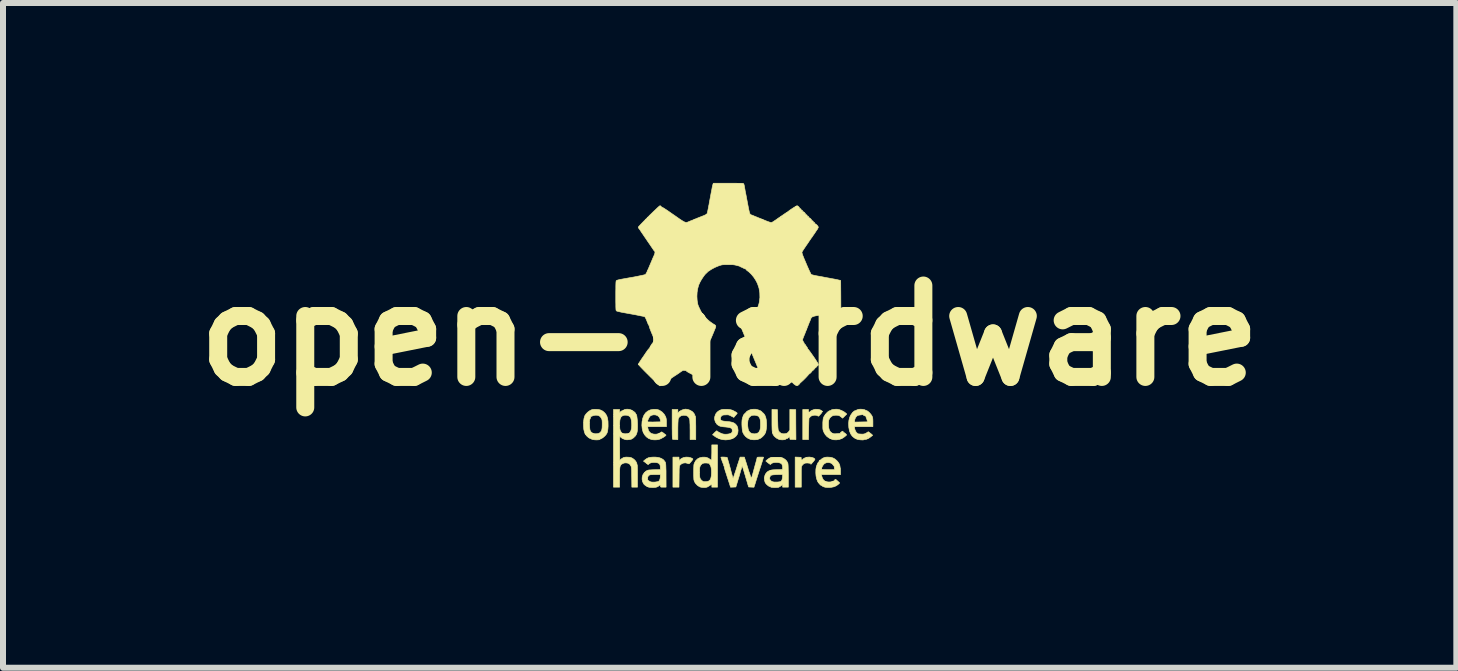
<source format=kicad_pcb>
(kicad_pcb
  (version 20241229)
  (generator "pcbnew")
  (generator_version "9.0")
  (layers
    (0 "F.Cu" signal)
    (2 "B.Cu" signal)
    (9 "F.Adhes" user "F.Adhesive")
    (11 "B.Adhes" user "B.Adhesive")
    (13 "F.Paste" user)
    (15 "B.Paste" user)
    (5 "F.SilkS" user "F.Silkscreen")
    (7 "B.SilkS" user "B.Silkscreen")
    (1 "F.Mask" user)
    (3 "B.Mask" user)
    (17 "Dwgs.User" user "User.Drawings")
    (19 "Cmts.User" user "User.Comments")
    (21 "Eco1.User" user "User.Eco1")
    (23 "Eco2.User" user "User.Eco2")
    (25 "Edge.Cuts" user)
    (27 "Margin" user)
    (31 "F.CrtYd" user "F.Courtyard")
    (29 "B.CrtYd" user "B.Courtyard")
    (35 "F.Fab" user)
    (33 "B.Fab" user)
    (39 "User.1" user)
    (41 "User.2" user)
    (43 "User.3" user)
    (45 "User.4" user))
  (footprint "open-hardware"
    (layer "F.Cu")
    (at 9.115 2.545)
    (property "Reference" "open-hardware" (at 0 0 0) (layer "F.SilkS") (effects (font (size 1.524 1.524) (thickness 0.3))))
    (attr through_hole)
    (fp_poly (pts (xy -0.844 2.056) (xy -0.844 2.086) (xy -0.83 2.07) (xy -0.803 2.048) (xy -0.768 2.033) (xy -0.729 2.026) (xy -0.689 2.027) (xy -0.651 2.036) (xy -0.646 2.038) (xy -0.628 2.046) (xy -0.616 2.054) (xy -0.613 2.057) (xy -0.615 2.065) (xy -0.626 2.081) (xy -0.646 2.105) (xy -0.673 2.135) (xy -0.674 2.136) (xy -0.682 2.137) (xy -0.698 2.133) (xy -0.702 2.131) (xy -0.733 2.122) (xy -0.766 2.124) (xy -0.797 2.135) (xy -0.823 2.154) (xy -0.828 2.161) (xy -0.832 2.167) (xy -0.835 2.174) (xy -0.838 2.183) (xy -0.839 2.197) (xy -0.841 2.216) (xy -0.842 2.242) (xy -0.842 2.277) (xy -0.843 2.323) (xy -0.843 2.353) (xy -0.845 2.527) (xy -0.946 2.527) (xy -0.946 2.026) (xy -0.845 2.026) (xy -0.844 2.056)) (stroke (width 0.01) (type solid)) (fill yes) (layer "F.SilkS"))
    (fp_poly (pts (xy 1.141 2.027) (xy 1.191 2.029) (xy 1.193 2.052) (xy 1.195 2.068) (xy 1.201 2.074) (xy 1.206 2.075) (xy 1.215 2.072) (xy 1.216 2.07) (xy 1.218 2.063) (xy 1.224 2.056) (xy 1.253 2.039) (xy 1.266 2.035) (xy 1.283 2.035) (xy 1.286 2.038) (xy 1.289 2.035) (xy 1.286 2.032) (xy 1.283 2.035) (xy 1.266 2.035) (xy 1.289 2.028) (xy 1.328 2.025) (xy 1.366 2.03) (xy 1.395 2.039) (xy 1.411 2.049) (xy 1.421 2.058) (xy 1.422 2.061) (xy 1.418 2.07) (xy 1.408 2.085) (xy 1.394 2.103) (xy 1.393 2.103) (xy 1.374 2.125) (xy 1.361 2.139) (xy 1.355 2.145) (xy 1.353 2.145) (xy 1.354 2.14) (xy 1.354 2.14) (xy 1.352 2.132) (xy 1.344 2.129) (xy 1.33 2.128) (xy 1.309 2.125) (xy 1.299 2.124) (xy 1.264 2.125) (xy 1.234 2.138) (xy 1.21 2.162) (xy 1.208 2.165) (xy 1.204 2.172) (xy 1.201 2.179) (xy 1.198 2.188) (xy 1.196 2.2) (xy 1.195 2.218) (xy 1.194 2.242) (xy 1.194 2.275) (xy 1.194 2.317) (xy 1.194 2.357) (xy 1.194 2.527) (xy 1.092 2.527) (xy 1.092 2.025) (xy 1.141 2.027)) (stroke (width 0.01) (type solid)) (fill yes) (layer "F.SilkS"))
    (fp_poly (pts (xy 0.751 1.233) (xy 0.797 1.235) (xy 0.8 1.4) (xy 0.802 1.452) (xy 0.803 1.497) (xy 0.805 1.533) (xy 0.808 1.561) (xy 0.81 1.577) (xy 0.811 1.581) (xy 0.83 1.609) (xy 0.857 1.628) (xy 0.889 1.637) (xy 0.927 1.636) (xy 0.957 1.627) (xy 0.98 1.607) (xy 0.986 1.598) (xy 1.003 1.572) (xy 1.003 1.231) (xy 1.053 1.233) (xy 1.102 1.235) (xy 1.103 1.485) (xy 1.105 1.734) (xy 1.056 1.732) (xy 1.006 1.73) (xy 1.003 1.707) (xy 1 1.683) (xy 0.979 1.702) (xy 0.964 1.714) (xy 0.953 1.72) (xy 0.944 1.72) (xy 0.942 1.72) (xy 0.936 1.724) (xy 0.933 1.727) (xy 0.924 1.733) (xy 0.906 1.736) (xy 0.883 1.738) (xy 0.858 1.737) (xy 0.836 1.735) (xy 0.825 1.732) (xy 0.783 1.711) (xy 0.751 1.685) (xy 0.74 1.673) (xy 0.731 1.66) (xy 0.723 1.647) (xy 0.717 1.633) (xy 0.712 1.616) (xy 0.806 1.616) (xy 0.81 1.619) (xy 0.813 1.616) (xy 0.81 1.613) (xy 0.806 1.616) (xy 0.712 1.616) (xy 0.712 1.616) (xy 0.709 1.594) (xy 0.707 1.567) (xy 0.706 1.532) (xy 0.705 1.488) (xy 0.705 1.433) (xy 0.705 1.415) (xy 0.705 1.231) (xy 0.751 1.233)) (stroke (width 0.01) (type solid)) (fill yes) (layer "F.SilkS"))
    (fp_poly (pts (xy 1.474 1.229) (xy 1.513 1.24) (xy 1.537 1.255) (xy 1.548 1.264) (xy 1.55 1.268) (xy 1.547 1.268) (xy 1.54 1.267) (xy 1.54 1.27) (xy 1.54 1.276) (xy 1.535 1.285) (xy 1.524 1.3) (xy 1.504 1.322) (xy 1.501 1.326) (xy 1.488 1.339) (xy 1.48 1.344) (xy 1.472 1.341) (xy 1.466 1.337) (xy 1.446 1.329) (xy 1.42 1.327) (xy 1.393 1.33) (xy 1.367 1.338) (xy 1.347 1.349) (xy 1.337 1.363) (xy 1.332 1.37) (xy 1.329 1.369) (xy 1.326 1.369) (xy 1.325 1.371) (xy 1.323 1.378) (xy 1.322 1.39) (xy 1.321 1.409) (xy 1.32 1.435) (xy 1.319 1.471) (xy 1.318 1.517) (xy 1.317 1.564) (xy 1.314 1.734) (xy 1.219 1.734) (xy 1.219 1.286) (xy 1.333 1.286) (xy 1.337 1.289) (xy 1.34 1.286) (xy 1.337 1.283) (xy 1.333 1.286) (xy 1.219 1.286) (xy 1.219 1.232) (xy 1.314 1.232) (xy 1.314 1.254) (xy 1.317 1.272) (xy 1.323 1.28) (xy 1.332 1.275) (xy 1.334 1.273) (xy 1.348 1.26) (xy 1.365 1.26) (xy 1.368 1.264) (xy 1.372 1.26) (xy 1.368 1.257) (xy 1.365 1.26) (xy 1.348 1.26) (xy 1.353 1.257) (xy 1.379 1.243) (xy 1.409 1.232) (xy 1.429 1.228) (xy 1.474 1.229)) (stroke (width 0.01) (type solid)) (fill yes) (layer "F.SilkS"))
    (fp_poly (pts (xy -0.698 1.231) (xy -0.661 1.244) (xy -0.628 1.264) (xy -0.623 1.267) (xy -0.603 1.287) (xy -0.589 1.307) (xy -0.581 1.324) (xy -0.582 1.335) (xy -0.582 1.339) (xy -0.58 1.338) (xy -0.576 1.337) (xy -0.573 1.34) (xy -0.57 1.349) (xy -0.568 1.364) (xy -0.567 1.387) (xy -0.566 1.418) (xy -0.566 1.459) (xy -0.565 1.511) (xy -0.565 1.548) (xy -0.565 1.734) (xy -0.66 1.734) (xy -0.66 1.576) (xy -0.661 1.531) (xy -0.661 1.49) (xy -0.663 1.453) (xy -0.664 1.424) (xy -0.666 1.404) (xy -0.667 1.397) (xy -0.681 1.365) (xy -0.702 1.343) (xy -0.731 1.331) (xy -0.767 1.328) (xy -0.774 1.329) (xy -0.809 1.337) (xy -0.836 1.354) (xy -0.853 1.379) (xy -0.857 1.39) (xy -0.859 1.403) (xy -0.86 1.426) (xy -0.862 1.458) (xy -0.863 1.496) (xy -0.864 1.539) (xy -0.864 1.573) (xy -0.864 1.734) (xy -0.904 1.733) (xy -0.926 1.732) (xy -0.943 1.731) (xy -0.951 1.729) (xy -0.953 1.726) (xy -0.955 1.716) (xy -0.956 1.7) (xy -0.957 1.675) (xy -0.958 1.642) (xy -0.958 1.599) (xy -0.959 1.545) (xy -0.959 1.479) (xy -0.959 1.232) (xy -0.864 1.232) (xy -0.864 1.291) (xy -0.846 1.273) (xy -0.635 1.273) (xy -0.632 1.276) (xy -0.629 1.273) (xy -0.632 1.27) (xy -0.635 1.273) (xy -0.846 1.273) (xy -0.844 1.271) (xy -0.822 1.255) (xy -0.793 1.24) (xy -0.762 1.23) (xy -0.735 1.226) (xy -0.734 1.226) (xy -0.698 1.231)) (stroke (width 0.01) (type solid)) (fill yes) (layer "F.SilkS"))
    (fp_poly (pts (xy -0.203 2.527) (xy -0.298 2.527) (xy -0.297 2.508) (xy -0.298 2.492) (xy -0.303 2.485) (xy -0.314 2.488) (xy -0.332 2.5) (xy -0.351 2.512) (xy -0.37 2.523) (xy -0.377 2.526) (xy -0.4 2.532) (xy -0.43 2.533) (xy -0.462 2.531) (xy -0.49 2.525) (xy -0.499 2.522) (xy -0.538 2.497) (xy -0.569 2.464) (xy -0.579 2.448) (xy -0.438 2.448) (xy -0.435 2.451) (xy -0.432 2.448) (xy -0.435 2.445) (xy -0.438 2.448) (xy -0.579 2.448) (xy -0.585 2.437) (xy -0.59 2.425) (xy -0.594 2.413) (xy -0.597 2.4) (xy -0.598 2.383) (xy -0.599 2.36) (xy -0.6 2.33) (xy -0.6 2.289) (xy -0.6 2.278) (xy -0.502 2.278) (xy -0.501 2.315) (xy -0.5 2.341) (xy -0.498 2.36) (xy -0.495 2.374) (xy -0.49 2.386) (xy -0.489 2.387) (xy -0.469 2.414) (xy -0.442 2.432) (xy -0.435 2.434) (xy -0.415 2.436) (xy -0.39 2.435) (xy -0.365 2.43) (xy -0.346 2.423) (xy -0.345 2.422) (xy -0.326 2.404) (xy -0.314 2.377) (xy -0.306 2.339) (xy -0.303 2.29) (xy -0.303 2.286) (xy -0.304 2.239) (xy -0.309 2.202) (xy -0.317 2.174) (xy -0.329 2.152) (xy -0.33 2.151) (xy -0.338 2.14) (xy -0.34 2.133) (xy -0.34 2.133) (xy -0.343 2.13) (xy -0.348 2.129) (xy -0.36 2.128) (xy -0.38 2.125) (xy -0.394 2.124) (xy -0.429 2.125) (xy -0.458 2.136) (xy -0.48 2.157) (xy -0.487 2.169) (xy -0.493 2.18) (xy -0.497 2.192) (xy -0.5 2.208) (xy -0.501 2.229) (xy -0.501 2.259) (xy -0.502 2.278) (xy -0.6 2.278) (xy -0.6 2.276) (xy -0.6 2.233) (xy -0.599 2.199) (xy -0.598 2.175) (xy -0.597 2.156) (xy -0.594 2.143) (xy -0.591 2.132) (xy -0.586 2.121) (xy -0.586 2.121) (xy -0.573 2.099) (xy -0.546 2.099) (xy -0.543 2.102) (xy -0.54 2.099) (xy -0.543 2.095) (xy -0.546 2.099) (xy -0.573 2.099) (xy -0.563 2.082) (xy -0.533 2.054) (xy -0.521 2.048) (xy -0.368 2.048) (xy -0.365 2.051) (xy -0.362 2.048) (xy -0.365 2.045) (xy -0.368 2.048) (xy -0.521 2.048) (xy -0.497 2.036) (xy -0.453 2.027) (xy -0.446 2.027) (xy -0.411 2.027) (xy -0.383 2.032) (xy -0.357 2.043) (xy -0.334 2.058) (xy -0.318 2.069) (xy -0.307 2.075) (xy -0.304 2.076) (xy -0.302 2.07) (xy -0.301 2.054) (xy -0.3 2.028) (xy -0.299 1.995) (xy -0.298 1.957) (xy -0.298 1.949) (xy -0.298 1.822) (xy -0.203 1.822) (xy -0.203 2.527)) (stroke (width 0.01) (type solid)) (fill yes) (layer "F.SilkS"))
    (fp_poly (pts (xy 0.427 1.228) (xy 0.434 1.228) (xy 0.461 1.234) (xy 0.487 1.242) (xy 0.511 1.252) (xy 0.53 1.264) (xy 0.541 1.275) (xy 0.542 1.284) (xy 0.542 1.285) (xy 0.542 1.288) (xy 0.545 1.286) (xy 0.555 1.288) (xy 0.567 1.299) (xy 0.582 1.319) (xy 0.59 1.334) (xy 0.602 1.366) (xy 0.611 1.407) (xy 0.615 1.453) (xy 0.616 1.502) (xy 0.612 1.549) (xy 0.605 1.592) (xy 0.593 1.626) (xy 0.59 1.632) (xy 0.575 1.656) (xy 0.554 1.679) (xy 0.531 1.7) (xy 0.509 1.715) (xy 0.492 1.722) (xy 0.48 1.726) (xy 0.476 1.729) (xy 0.467 1.733) (xy 0.448 1.735) (xy 0.424 1.737) (xy 0.398 1.737) (xy 0.373 1.735) (xy 0.352 1.732) (xy 0.347 1.731) (xy 0.302 1.711) (xy 0.264 1.682) (xy 0.234 1.643) (xy 0.22 1.615) (xy 0.214 1.592) (xy 0.209 1.561) (xy 0.206 1.523) (xy 0.204 1.484) (xy 0.204 1.457) (xy 0.3 1.457) (xy 0.301 1.506) (xy 0.302 1.514) (xy 0.308 1.557) (xy 0.319 1.588) (xy 0.335 1.611) (xy 0.354 1.625) (xy 0.383 1.635) (xy 0.416 1.638) (xy 0.447 1.634) (xy 0.467 1.625) (xy 0.486 1.61) (xy 0.488 1.607) (xy 0.584 1.607) (xy 0.587 1.612) (xy 0.588 1.611) (xy 0.589 1.603) (xy 0.588 1.602) (xy 0.585 1.603) (xy 0.584 1.607) (xy 0.488 1.607) (xy 0.499 1.59) (xy 0.508 1.564) (xy 0.513 1.529) (xy 0.514 1.485) (xy 0.513 1.439) (xy 0.51 1.404) (xy 0.503 1.38) (xy 0.494 1.364) (xy 0.491 1.361) (xy 0.485 1.351) (xy 0.486 1.346) (xy 0.487 1.341) (xy 0.484 1.342) (xy 0.474 1.342) (xy 0.46 1.337) (xy 0.459 1.337) (xy 0.438 1.33) (xy 0.411 1.327) (xy 0.383 1.329) (xy 0.366 1.333) (xy 0.352 1.341) (xy 0.335 1.355) (xy 0.331 1.358) (xy 0.316 1.381) (xy 0.305 1.415) (xy 0.3 1.457) (xy 0.204 1.457) (xy 0.204 1.446) (xy 0.206 1.412) (xy 0.209 1.392) (xy 0.216 1.365) (xy 0.226 1.339) (xy 0.23 1.33) (xy 0.241 1.33) (xy 0.244 1.333) (xy 0.248 1.33) (xy 0.244 1.327) (xy 0.241 1.33) (xy 0.23 1.33) (xy 0.236 1.318) (xy 0.246 1.305) (xy 0.252 1.302) (xy 0.258 1.299) (xy 0.257 1.296) (xy 0.26 1.29) (xy 0.267 1.286) (xy 0.276 1.281) (xy 0.277 1.277) (xy 0.279 1.27) (xy 0.291 1.261) (xy 0.309 1.251) (xy 0.33 1.241) (xy 0.351 1.234) (xy 0.361 1.231) (xy 0.393 1.228) (xy 0.427 1.228)) (stroke (width 0.01) (type solid)) (fill yes) (layer "F.SilkS"))
    (fp_poly (pts (xy -1.222 1.23) (xy -1.199 1.234) (xy -1.177 1.242) (xy -1.167 1.247) (xy -1.125 1.275) (xy -1.091 1.312) (xy -1.069 1.35) (xy -1.062 1.369) (xy -1.058 1.387) (xy -1.055 1.408) (xy -1.054 1.437) (xy -1.054 1.451) (xy -1.054 1.518) (xy -1.367 1.518) (xy -1.363 1.547) (xy -1.353 1.584) (xy -1.333 1.612) (xy -1.305 1.632) (xy -1.268 1.642) (xy -1.255 1.643) (xy -1.225 1.644) (xy -1.209 1.64) (xy -1.109 1.64) (xy -1.108 1.644) (xy -1.105 1.645) (xy -1.1 1.642) (xy -1.101 1.64) (xy -1.108 1.64) (xy -1.109 1.64) (xy -1.209 1.64) (xy -1.2 1.639) (xy -1.191 1.635) (xy -1.124 1.635) (xy -1.121 1.638) (xy -1.118 1.635) (xy -1.121 1.632) (xy -1.124 1.635) (xy -1.191 1.635) (xy -1.182 1.632) (xy -1.163 1.623) (xy -1.148 1.614) (xy -1.143 1.609) (xy -1.137 1.606) (xy -1.128 1.608) (xy -1.114 1.617) (xy -1.098 1.63) (xy -1.06 1.659) (xy -1.074 1.674) (xy -1.086 1.683) (xy -1.105 1.696) (xy -1.129 1.709) (xy -1.134 1.712) (xy -1.161 1.725) (xy -1.183 1.732) (xy -1.206 1.736) (xy -1.23 1.738) (xy -1.258 1.738) (xy -1.284 1.736) (xy -1.303 1.734) (xy -1.303 1.733) (xy -1.35 1.716) (xy -1.389 1.688) (xy -1.421 1.651) (xy -1.429 1.635) (xy -1.327 1.635) (xy -1.324 1.638) (xy -1.321 1.635) (xy -1.324 1.632) (xy -1.327 1.635) (xy -1.429 1.635) (xy -1.442 1.61) (xy -1.353 1.61) (xy -1.349 1.613) (xy -1.346 1.61) (xy -1.349 1.607) (xy -1.353 1.61) (xy -1.442 1.61) (xy -1.444 1.607) (xy -1.458 1.555) (xy -1.46 1.534) (xy -1.397 1.534) (xy -1.394 1.537) (xy -1.391 1.534) (xy -1.394 1.53) (xy -1.397 1.534) (xy -1.46 1.534) (xy -1.464 1.496) (xy -1.461 1.438) (xy -1.46 1.433) (xy -1.368 1.433) (xy -1.367 1.437) (xy -1.36 1.439) (xy -1.343 1.44) (xy -1.317 1.44) (xy -1.284 1.441) (xy -1.258 1.44) (xy -1.153 1.438) (xy -1.154 1.415) (xy -1.161 1.386) (xy -1.177 1.358) (xy -1.199 1.337) (xy -1.21 1.331) (xy -1.239 1.322) (xy -1.271 1.321) (xy -1.301 1.328) (xy -1.324 1.341) (xy -1.327 1.344) (xy -1.338 1.358) (xy -1.349 1.377) (xy -1.359 1.399) (xy -1.366 1.418) (xy -1.368 1.433) (xy -1.46 1.433) (xy -1.449 1.378) (xy -1.445 1.368) (xy -1.441 1.368) (xy -1.438 1.372) (xy -1.435 1.368) (xy -1.438 1.365) (xy -1.441 1.368) (xy -1.445 1.368) (xy -1.429 1.328) (xy -1.402 1.289) (xy -1.366 1.259) (xy -1.324 1.239) (xy -1.274 1.23) (xy -1.251 1.229) (xy -1.222 1.23)) (stroke (width 0.01) (type solid)) (fill yes) (layer "F.SilkS"))
    (fp_poly (pts (xy 2.207 1.228) (xy 2.23 1.232) (xy 2.249 1.236) (xy 2.261 1.241) (xy 2.263 1.246) (xy 2.263 1.25) (xy 2.266 1.248) (xy 2.278 1.248) (xy 2.295 1.256) (xy 2.315 1.271) (xy 2.335 1.29) (xy 2.354 1.312) (xy 2.37 1.335) (xy 2.375 1.345) (xy 2.381 1.359) (xy 2.385 1.376) (xy 2.387 1.398) (xy 2.388 1.428) (xy 2.388 1.445) (xy 2.388 1.518) (xy 2.083 1.518) (xy 2.083 1.542) (xy 2.086 1.559) (xy 2.093 1.579) (xy 2.103 1.599) (xy 2.114 1.616) (xy 2.124 1.625) (xy 2.127 1.626) (xy 2.132 1.629) (xy 2.131 1.631) (xy 2.131 1.633) (xy 2.134 1.636) (xy 2.144 1.638) (xy 2.162 1.64) (xy 2.19 1.642) (xy 2.222 1.643) (xy 2.249 1.638) (xy 2.277 1.625) (xy 2.292 1.615) (xy 2.306 1.606) (xy 2.315 1.604) (xy 2.322 1.609) (xy 2.325 1.611) (xy 2.337 1.622) (xy 2.354 1.635) (xy 2.358 1.638) (xy 2.373 1.65) (xy 2.381 1.661) (xy 2.381 1.669) (xy 2.376 1.67) (xy 2.369 1.674) (xy 2.357 1.684) (xy 2.354 1.686) (xy 2.336 1.7) (xy 2.314 1.714) (xy 2.291 1.724) (xy 2.272 1.731) (xy 2.26 1.732) (xy 2.248 1.731) (xy 2.244 1.734) (xy 2.236 1.738) (xy 2.218 1.74) (xy 2.194 1.739) (xy 2.168 1.737) (xy 2.143 1.733) (xy 2.123 1.728) (xy 2.078 1.706) (xy 2.076 1.704) (xy 2.294 1.704) (xy 2.295 1.708) (xy 2.299 1.708) (xy 2.304 1.706) (xy 2.303 1.704) (xy 2.295 1.703) (xy 2.294 1.704) (xy 2.076 1.704) (xy 2.043 1.676) (xy 2.016 1.637) (xy 1.997 1.588) (xy 1.986 1.53) (xy 1.986 1.528) (xy 1.983 1.467) (xy 1.985 1.442) (xy 2.082 1.442) (xy 2.189 1.44) (xy 2.296 1.438) (xy 2.294 1.419) (xy 2.289 1.401) (xy 2.282 1.38) (xy 2.28 1.375) (xy 2.273 1.359) (xy 2.271 1.347) (xy 2.271 1.344) (xy 2.272 1.34) (xy 2.27 1.341) (xy 2.262 1.341) (xy 2.249 1.336) (xy 2.236 1.33) (xy 2.227 1.324) (xy 2.225 1.32) (xy 2.223 1.318) (xy 2.211 1.319) (xy 2.193 1.321) (xy 2.173 1.324) (xy 2.153 1.327) (xy 2.138 1.331) (xy 2.132 1.333) (xy 2.112 1.349) (xy 2.096 1.373) (xy 2.086 1.401) (xy 2.084 1.415) (xy 2.082 1.442) (xy 1.985 1.442) (xy 1.988 1.412) (xy 2.002 1.361) (xy 2.013 1.336) (xy 2.027 1.312) (xy 2.045 1.289) (xy 2.047 1.286) (xy 2.064 1.286) (xy 2.067 1.289) (xy 2.07 1.286) (xy 2.067 1.283) (xy 2.064 1.286) (xy 2.047 1.286) (xy 2.063 1.269) (xy 2.08 1.256) (xy 2.094 1.251) (xy 2.105 1.248) (xy 2.117 1.241) (xy 2.132 1.235) (xy 2.154 1.229) (xy 2.163 1.228) (xy 2.184 1.227) (xy 2.207 1.228)) (stroke (width 0.01) (type solid)) (fill yes) (layer "F.SilkS"))
    (fp_poly (pts (xy 1.794 1.228) (xy 1.797 1.228) (xy 1.832 1.236) (xy 1.87 1.251) (xy 1.907 1.271) (xy 1.93 1.288) (xy 1.953 1.308) (xy 1.918 1.342) (xy 1.883 1.377) (xy 1.855 1.354) (xy 1.849 1.349) (xy 1.867 1.349) (xy 1.87 1.353) (xy 1.873 1.349) (xy 1.87 1.346) (xy 1.867 1.349) (xy 1.849 1.349) (xy 1.836 1.34) (xy 1.819 1.333) (xy 1.799 1.329) (xy 1.787 1.328) (xy 1.761 1.328) (xy 1.736 1.331) (xy 1.723 1.334) (xy 1.705 1.343) (xy 1.687 1.357) (xy 1.672 1.372) (xy 1.664 1.386) (xy 1.664 1.389) (xy 1.661 1.395) (xy 1.659 1.395) (xy 1.655 1.398) (xy 1.652 1.413) (xy 1.649 1.438) (xy 1.648 1.472) (xy 1.648 1.492) (xy 1.652 1.54) (xy 1.663 1.577) (xy 1.681 1.605) (xy 1.705 1.624) (xy 1.72 1.632) (xy 1.735 1.636) (xy 1.754 1.637) (xy 1.778 1.636) (xy 1.809 1.633) (xy 1.829 1.632) (xy 1.84 1.63) (xy 1.845 1.628) (xy 1.844 1.625) (xy 1.847 1.619) (xy 1.857 1.61) (xy 1.87 1.601) (xy 1.881 1.595) (xy 1.886 1.594) (xy 1.892 1.599) (xy 1.893 1.613) (xy 1.893 1.614) (xy 1.897 1.617) (xy 1.9 1.616) (xy 1.909 1.618) (xy 1.922 1.627) (xy 1.936 1.638) (xy 1.946 1.649) (xy 1.949 1.656) (xy 1.945 1.662) (xy 1.932 1.673) (xy 1.916 1.687) (xy 1.897 1.7) (xy 1.881 1.711) (xy 1.874 1.714) (xy 1.831 1.731) (xy 1.783 1.738) (xy 1.737 1.737) (xy 1.709 1.731) (xy 1.663 1.711) (xy 1.854 1.711) (xy 1.857 1.714) (xy 1.861 1.711) (xy 1.857 1.708) (xy 1.854 1.711) (xy 1.663 1.711) (xy 1.661 1.71) (xy 1.621 1.682) (xy 1.589 1.644) (xy 1.588 1.641) (xy 1.714 1.641) (xy 1.718 1.645) (xy 1.721 1.641) (xy 1.718 1.638) (xy 1.714 1.641) (xy 1.588 1.641) (xy 1.574 1.616) (xy 1.67 1.616) (xy 1.673 1.619) (xy 1.676 1.616) (xy 1.673 1.613) (xy 1.67 1.616) (xy 1.574 1.616) (xy 1.57 1.61) (xy 1.563 1.593) (xy 1.558 1.578) (xy 1.555 1.563) (xy 1.553 1.542) (xy 1.553 1.515) (xy 1.553 1.489) (xy 1.553 1.448) (xy 1.556 1.413) (xy 1.559 1.387) (xy 1.561 1.377) (xy 1.572 1.35) (xy 1.573 1.349) (xy 1.575 1.349) (xy 1.578 1.353) (xy 1.581 1.349) (xy 1.578 1.346) (xy 1.575 1.349) (xy 1.573 1.349) (xy 1.59 1.322) (xy 1.594 1.318) (xy 1.746 1.318) (xy 1.749 1.321) (xy 1.753 1.318) (xy 1.749 1.314) (xy 1.746 1.318) (xy 1.594 1.318) (xy 1.611 1.296) (xy 1.634 1.273) (xy 1.657 1.257) (xy 1.676 1.249) (xy 1.678 1.249) (xy 1.689 1.247) (xy 1.692 1.243) (xy 1.695 1.239) (xy 1.708 1.235) (xy 1.727 1.231) (xy 1.75 1.229) (xy 1.773 1.227) (xy 1.794 1.228)) (stroke (width 0.01) (type solid)) (fill yes) (layer "F.SilkS"))
    (fp_poly (pts (xy -2.188 1.232) (xy -2.152 1.241) (xy -2.12 1.257) (xy -2.089 1.282) (xy -2.065 1.31) (xy -2.047 1.343) (xy -2.035 1.383) (xy -2.028 1.43) (xy -2.027 1.487) (xy -2.027 1.514) (xy -2.03 1.556) (xy -2.034 1.587) (xy -2.04 1.612) (xy -2.049 1.633) (xy -2.062 1.652) (xy -2.064 1.655) (xy -2.08 1.673) (xy -2.1 1.691) (xy -2.12 1.706) (xy -2.139 1.718) (xy -2.153 1.724) (xy -2.157 1.724) (xy -2.163 1.724) (xy -2.163 1.726) (xy -2.165 1.732) (xy -2.177 1.736) (xy -2.196 1.738) (xy -2.22 1.739) (xy -2.246 1.738) (xy -2.272 1.735) (xy -2.294 1.73) (xy -2.295 1.729) (xy -2.338 1.71) (xy -2.354 1.699) (xy -2.121 1.699) (xy -2.118 1.702) (xy -2.115 1.699) (xy -2.118 1.695) (xy -2.121 1.699) (xy -2.354 1.699) (xy -2.375 1.682) (xy -2.396 1.657) (xy -2.386 1.657) (xy -2.385 1.657) (xy -2.379 1.653) (xy -2.378 1.651) (xy -2.376 1.645) (xy -2.377 1.645) (xy -2.383 1.649) (xy -2.384 1.651) (xy -2.386 1.657) (xy -2.396 1.657) (xy -2.404 1.648) (xy -2.408 1.641) (xy -2.28 1.641) (xy -2.276 1.645) (xy -2.273 1.641) (xy -2.276 1.638) (xy -2.28 1.641) (xy -2.408 1.641) (xy -2.411 1.636) (xy -2.411 1.635) (xy -2.292 1.635) (xy -2.289 1.638) (xy -2.286 1.635) (xy -2.289 1.632) (xy -2.292 1.635) (xy -2.411 1.635) (xy -2.414 1.629) (xy -2.311 1.629) (xy -2.308 1.632) (xy -2.305 1.629) (xy -2.308 1.626) (xy -2.311 1.629) (xy -2.414 1.629) (xy -2.423 1.604) (xy -2.432 1.563) (xy -2.436 1.516) (xy -2.437 1.468) (xy -2.436 1.447) (xy -2.337 1.447) (xy -2.336 1.479) (xy -2.336 1.491) (xy -2.334 1.532) (xy -2.331 1.562) (xy -2.325 1.585) (xy -2.315 1.602) (xy -2.302 1.615) (xy -2.287 1.625) (xy -2.262 1.634) (xy -2.232 1.637) (xy -2.201 1.635) (xy -2.175 1.626) (xy -2.167 1.622) (xy -2.15 1.606) (xy -2.138 1.588) (xy -2.13 1.563) (xy -2.126 1.531) (xy -2.125 1.489) (xy -2.125 1.483) (xy -2.125 1.449) (xy -2.126 1.425) (xy -2.128 1.407) (xy -2.132 1.393) (xy -2.139 1.38) (xy -2.139 1.379) (xy -2.152 1.36) (xy -2.168 1.344) (xy -2.174 1.34) (xy -2.199 1.33) (xy -2.23 1.327) (xy -2.262 1.331) (xy -2.287 1.339) (xy -2.302 1.346) (xy -2.313 1.348) (xy -2.315 1.347) (xy -2.317 1.347) (xy -2.316 1.35) (xy -2.316 1.359) (xy -2.321 1.375) (xy -2.325 1.383) (xy -2.331 1.396) (xy -2.334 1.409) (xy -2.336 1.425) (xy -2.337 1.447) (xy -2.436 1.447) (xy -2.434 1.421) (xy -2.428 1.378) (xy -2.417 1.343) (xy -2.414 1.334) (xy -2.393 1.304) (xy -2.368 1.278) (xy -2.106 1.278) (xy -2.105 1.282) (xy -2.102 1.283) (xy -2.097 1.28) (xy -2.098 1.278) (xy -2.105 1.278) (xy -2.106 1.278) (xy -2.368 1.278) (xy -2.364 1.275) (xy -2.331 1.251) (xy -2.32 1.245) (xy -2.302 1.237) (xy -2.285 1.232) (xy -2.263 1.23) (xy -2.233 1.229) (xy -2.232 1.229) (xy -2.188 1.232)) (stroke (width 0.01) (type solid)) (fill yes) (layer "F.SilkS"))
    (fp_poly (pts (xy -1.238 2.026) (xy -1.199 2.03) (xy -1.168 2.037) (xy -1.165 2.038) (xy -1.14 2.048) (xy -1.117 2.061) (xy -1.1 2.074) (xy -1.09 2.086) (xy -1.088 2.093) (xy -1.088 2.1) (xy -1.085 2.1) (xy -1.079 2.101) (xy -1.074 2.108) (xy -1.07 2.12) (xy -1.066 2.141) (xy -1.064 2.17) (xy -1.063 2.208) (xy -1.061 2.257) (xy -1.061 2.317) (xy -1.061 2.335) (xy -1.06 2.527) (xy -1.107 2.527) (xy -1.13 2.527) (xy -1.144 2.526) (xy -1.151 2.522) (xy -1.154 2.516) (xy -1.154 2.51) (xy -1.157 2.494) (xy -1.162 2.491) (xy -1.172 2.498) (xy -1.175 2.501) (xy -1.198 2.518) (xy -1.229 2.529) (xy -1.27 2.533) (xy -1.282 2.533) (xy -1.309 2.532) (xy -1.334 2.53) (xy -1.351 2.527) (xy -1.352 2.526) (xy -1.38 2.515) (xy -1.387 2.51) (xy -1.376 2.51) (xy -1.375 2.514) (xy -1.372 2.515) (xy -1.366 2.512) (xy -1.367 2.51) (xy -1.375 2.51) (xy -1.376 2.51) (xy -1.387 2.51) (xy -1.408 2.497) (xy -1.429 2.478) (xy -1.433 2.472) (xy -1.453 2.434) (xy -1.46 2.397) (xy -1.368 2.397) (xy -1.364 2.408) (xy -1.355 2.418) (xy -1.351 2.42) (xy -1.333 2.431) (xy -1.316 2.439) (xy -1.297 2.442) (xy -1.272 2.443) (xy -1.243 2.442) (xy -1.216 2.438) (xy -1.194 2.434) (xy -1.184 2.43) (xy -1.17 2.413) (xy -1.161 2.388) (xy -1.156 2.355) (xy -1.156 2.345) (xy -1.156 2.318) (xy -1.243 2.318) (xy -1.278 2.318) (xy -1.303 2.319) (xy -1.32 2.32) (xy -1.332 2.323) (xy -1.341 2.327) (xy -1.348 2.333) (xy -1.36 2.346) (xy -1.366 2.362) (xy -1.368 2.377) (xy -1.368 2.397) (xy -1.46 2.397) (xy -1.46 2.395) (xy -1.458 2.355) (xy -1.445 2.317) (xy -1.432 2.298) (xy -1.421 2.298) (xy -1.42 2.299) (xy -1.414 2.294) (xy -1.413 2.292) (xy -1.411 2.286) (xy -1.412 2.286) (xy -1.418 2.29) (xy -1.419 2.292) (xy -1.421 2.298) (xy -1.432 2.298) (xy -1.422 2.284) (xy -1.413 2.276) (xy -1.397 2.276) (xy -1.394 2.28) (xy -1.391 2.276) (xy -1.394 2.273) (xy -1.397 2.276) (xy -1.413 2.276) (xy -1.39 2.257) (xy -1.381 2.252) (xy -1.37 2.247) (xy -1.357 2.243) (xy -1.34 2.24) (xy -1.317 2.239) (xy -1.286 2.237) (xy -1.256 2.236) (xy -1.156 2.234) (xy -1.156 2.204) (xy -1.158 2.169) (xy -1.167 2.145) (xy -1.183 2.129) (xy -1.208 2.12) (xy -1.232 2.116) (xy -1.274 2.115) (xy -1.309 2.12) (xy -1.335 2.13) (xy -1.344 2.137) (xy -1.359 2.152) (xy -1.387 2.13) (xy -1.359 2.13) (xy -1.356 2.134) (xy -1.353 2.13) (xy -1.356 2.127) (xy -1.359 2.13) (xy -1.387 2.13) (xy -1.398 2.122) (xy -1.4 2.12) (xy -1.364 2.12) (xy -1.363 2.121) (xy -1.357 2.116) (xy -1.356 2.115) (xy -1.354 2.109) (xy -1.355 2.108) (xy -1.361 2.113) (xy -1.362 2.115) (xy -1.364 2.12) (xy -1.4 2.12) (xy -1.437 2.093) (xy -1.409 2.069) (xy -1.387 2.053) (xy -1.362 2.04) (xy -1.35 2.035) (xy -1.318 2.029) (xy -1.279 2.026) (xy -1.238 2.026)) (stroke (width 0.01) (type solid)) (fill yes) (layer "F.SilkS"))
    (fp_poly (pts (xy -0.027 1.23) (xy 0.001 1.233) (xy 0.024 1.238) (xy 0.038 1.242) (xy 0.063 1.253) (xy 0.086 1.265) (xy 0.107 1.277) (xy 0.121 1.287) (xy 0.126 1.295) (xy 0.126 1.295) (xy 0.121 1.303) (xy 0.11 1.316) (xy 0.096 1.332) (xy 0.069 1.364) (xy 0.026 1.342) (xy 0.004 1.331) (xy -0.013 1.324) (xy -0.03 1.321) (xy -0.052 1.321) (xy -0.068 1.322) (xy -0.095 1.323) (xy -0.113 1.326) (xy -0.125 1.331) (xy -0.135 1.339) (xy -0.136 1.339) (xy -0.148 1.357) (xy -0.153 1.38) (xy -0.15 1.401) (xy -0.147 1.408) (xy -0.136 1.417) (xy -0.113 1.424) (xy -0.079 1.429) (xy -0.045 1.432) (xy 0.003 1.437) (xy 0.04 1.445) (xy 0.07 1.456) (xy 0.093 1.472) (xy 0.098 1.476) (xy 0.121 1.503) (xy 0.134 1.534) (xy 0.139 1.571) (xy 0.14 1.582) (xy 0.136 1.619) (xy 0.125 1.65) (xy 0.103 1.679) (xy 0.097 1.685) (xy 0.066 1.708) (xy 0.027 1.724) (xy -0.018 1.735) (xy -0.067 1.739) (xy -0.115 1.735) (xy -0.147 1.728) (xy -0.186 1.714) (xy -0.192 1.711) (xy 0.038 1.711) (xy 0.041 1.714) (xy 0.044 1.711) (xy 0.041 1.708) (xy 0.038 1.711) (xy -0.192 1.711) (xy -0.223 1.696) (xy -0.253 1.676) (xy -0.264 1.666) (xy -0.275 1.658) (xy -0.282 1.656) (xy -0.282 1.656) (xy -0.286 1.656) (xy -0.286 1.656) (xy -0.281 1.649) (xy -0.27 1.637) (xy -0.256 1.622) (xy -0.24 1.607) (xy -0.226 1.595) (xy -0.217 1.588) (xy -0.215 1.587) (xy -0.208 1.592) (xy -0.206 1.594) (xy -0.199 1.6) (xy -0.183 1.61) (xy -0.161 1.621) (xy -0.157 1.623) (xy -0.13 1.635) (xy -0.108 1.641) (xy -0.086 1.644) (xy -0.065 1.645) (xy -0.037 1.643) (xy -0.011 1.639) (xy 0.011 1.633) (xy 0.027 1.625) (xy 0.032 1.618) (xy 0.035 1.615) (xy 0.037 1.615) (xy 0.04 1.612) (xy 0.042 1.6) (xy 0.043 1.584) (xy 0.042 1.567) (xy 0.041 1.565) (xy 0.121 1.565) (xy 0.124 1.568) (xy 0.127 1.565) (xy 0.124 1.562) (xy 0.121 1.565) (xy 0.041 1.565) (xy 0.041 1.564) (xy 0.035 1.551) (xy 0.021 1.542) (xy -0.001 1.534) (xy -0.032 1.528) (xy -0.075 1.523) (xy -0.092 1.522) (xy -0.119 1.519) (xy -0.145 1.514) (xy -0.158 1.511) (xy -0.177 1.503) (xy -0.196 1.491) (xy -0.212 1.478) (xy -0.223 1.465) (xy -0.226 1.455) (xy -0.226 1.454) (xy -0.226 1.451) (xy -0.216 1.451) (xy -0.213 1.454) (xy -0.21 1.451) (xy -0.213 1.448) (xy -0.216 1.451) (xy -0.226 1.451) (xy -0.226 1.449) (xy -0.229 1.449) (xy -0.237 1.447) (xy -0.238 1.445) (xy -0.24 1.435) (xy -0.245 1.419) (xy -0.247 1.411) (xy -0.252 1.391) (xy -0.252 1.371) (xy -0.248 1.35) (xy -0.234 1.309) (xy -0.21 1.277) (xy -0.188 1.26) (xy 0.044 1.26) (xy 0.048 1.264) (xy 0.051 1.26) (xy 0.048 1.257) (xy 0.044 1.26) (xy -0.188 1.26) (xy -0.176 1.252) (xy -0.167 1.248) (xy -0.149 1.239) (xy -0.133 1.234) (xy -0.116 1.231) (xy -0.093 1.229) (xy -0.064 1.229) (xy -0.027 1.23)) (stroke (width 0.01) (type solid)) (fill yes) (layer "F.SilkS"))
    (fp_poly (pts (xy 1.683 2.029) (xy 1.72 2.039) (xy 1.754 2.057) (xy 1.785 2.083) (xy 1.806 2.107) (xy 1.824 2.134) (xy 1.835 2.16) (xy 1.84 2.182) (xy 1.839 2.194) (xy 1.839 2.201) (xy 1.842 2.2) (xy 1.845 2.204) (xy 1.847 2.22) (xy 1.848 2.246) (xy 1.848 2.257) (xy 1.848 2.318) (xy 1.531 2.318) (xy 1.534 2.338) (xy 1.546 2.376) (xy 1.564 2.406) (xy 1.589 2.427) (xy 1.59 2.427) (xy 1.619 2.437) (xy 1.653 2.441) (xy 1.687 2.439) (xy 1.714 2.43) (xy 1.729 2.424) (xy 1.74 2.423) (xy 1.742 2.424) (xy 1.745 2.424) (xy 1.744 2.421) (xy 1.745 2.413) (xy 1.753 2.404) (xy 1.76 2.398) (xy 1.767 2.397) (xy 1.777 2.404) (xy 1.789 2.415) (xy 1.805 2.43) (xy 1.82 2.443) (xy 1.825 2.447) (xy 1.832 2.453) (xy 1.832 2.459) (xy 1.824 2.468) (xy 1.816 2.475) (xy 1.781 2.502) (xy 1.741 2.52) (xy 1.693 2.53) (xy 1.664 2.532) (xy 1.626 2.532) (xy 1.596 2.529) (xy 1.573 2.523) (xy 1.556 2.516) (xy 1.545 2.51) (xy 1.543 2.507) (xy 1.538 2.502) (xy 1.534 2.502) (xy 1.523 2.497) (xy 1.508 2.485) (xy 1.498 2.473) (xy 1.53 2.473) (xy 1.534 2.477) (xy 1.537 2.473) (xy 1.797 2.473) (xy 1.8 2.477) (xy 1.803 2.473) (xy 1.8 2.47) (xy 1.797 2.473) (xy 1.537 2.473) (xy 1.534 2.47) (xy 1.53 2.473) (xy 1.498 2.473) (xy 1.492 2.467) (xy 1.477 2.448) (xy 1.473 2.442) (xy 1.797 2.442) (xy 1.8 2.445) (xy 1.803 2.442) (xy 1.8 2.438) (xy 1.797 2.442) (xy 1.473 2.442) (xy 1.466 2.431) (xy 1.451 2.391) (xy 1.44 2.342) (xy 1.436 2.289) (xy 1.437 2.237) (xy 1.438 2.226) (xy 1.511 2.226) (xy 1.514 2.229) (xy 1.516 2.227) (xy 1.533 2.227) (xy 1.534 2.229) (xy 1.541 2.231) (xy 1.559 2.233) (xy 1.585 2.234) (xy 1.617 2.235) (xy 1.642 2.235) (xy 1.747 2.235) (xy 1.745 2.204) (xy 1.743 2.187) (xy 1.742 2.177) (xy 1.74 2.175) (xy 1.736 2.172) (xy 1.728 2.162) (xy 1.726 2.159) (xy 1.706 2.136) (xy 1.678 2.122) (xy 1.646 2.116) (xy 1.614 2.119) (xy 1.584 2.132) (xy 1.576 2.138) (xy 1.563 2.153) (xy 1.55 2.172) (xy 1.539 2.194) (xy 1.533 2.213) (xy 1.533 2.227) (xy 1.516 2.227) (xy 1.518 2.226) (xy 1.514 2.223) (xy 1.511 2.226) (xy 1.438 2.226) (xy 1.441 2.207) (xy 1.524 2.207) (xy 1.527 2.21) (xy 1.53 2.207) (xy 1.527 2.203) (xy 1.524 2.207) (xy 1.441 2.207) (xy 1.442 2.203) (xy 1.447 2.179) (xy 1.449 2.175) (xy 1.46 2.175) (xy 1.464 2.178) (xy 1.467 2.175) (xy 1.464 2.172) (xy 1.46 2.175) (xy 1.449 2.175) (xy 1.456 2.155) (xy 1.465 2.133) (xy 1.475 2.116) (xy 1.483 2.107) (xy 1.487 2.106) (xy 1.491 2.106) (xy 1.49 2.104) (xy 1.49 2.094) (xy 1.491 2.092) (xy 1.499 2.092) (xy 1.502 2.095) (xy 1.505 2.092) (xy 1.502 2.089) (xy 1.499 2.092) (xy 1.491 2.092) (xy 1.497 2.082) (xy 1.507 2.074) (xy 1.515 2.073) (xy 1.522 2.072) (xy 1.522 2.068) (xy 1.527 2.062) (xy 1.54 2.052) (xy 1.555 2.043) (xy 1.578 2.033) (xy 1.598 2.028) (xy 1.624 2.026) (xy 1.637 2.026) (xy 1.683 2.029)) (stroke (width 0.01) (type solid)) (fill yes) (layer "F.SilkS"))
    (fp_poly (pts (xy -0.105 2.025) (xy -0.083 2.026) (xy -0.063 2.028) (xy -0.048 2.029) (xy -0.042 2.031) (xy -0.039 2.04) (xy -0.033 2.059) (xy -0.025 2.088) (xy -0.014 2.125) (xy -0.002 2.169) (xy 0.012 2.219) (xy 0.026 2.274) (xy 0.033 2.299) (xy 0.041 2.328) (xy 0.048 2.352) (xy 0.053 2.37) (xy 0.056 2.377) (xy 0.057 2.378) (xy 0.059 2.376) (xy 0.061 2.37) (xy 0.065 2.359) (xy 0.071 2.343) (xy 0.079 2.32) (xy 0.089 2.289) (xy 0.103 2.248) (xy 0.119 2.198) (xy 0.132 2.156) (xy 0.14 2.156) (xy 0.143 2.159) (xy 0.146 2.156) (xy 0.143 2.153) (xy 0.14 2.156) (xy 0.132 2.156) (xy 0.138 2.137) (xy 0.14 2.132) (xy 0.174 2.026) (xy 0.245 2.026) (xy 0.279 2.132) (xy 0.29 2.167) (xy 0.3 2.199) (xy 0.308 2.225) (xy 0.312 2.243) (xy 0.314 2.249) (xy 0.316 2.259) (xy 0.318 2.261) (xy 0.321 2.266) (xy 0.327 2.282) (xy 0.335 2.304) (xy 0.34 2.321) (xy 0.348 2.346) (xy 0.355 2.364) (xy 0.361 2.375) (xy 0.363 2.376) (xy 0.366 2.369) (xy 0.371 2.351) (xy 0.379 2.326) (xy 0.388 2.294) (xy 0.397 2.261) (xy 0.408 2.22) (xy 0.419 2.18) (xy 0.429 2.142) (xy 0.438 2.112) (xy 0.442 2.096) (xy 0.449 2.071) (xy 0.454 2.05) (xy 0.457 2.037) (xy 0.457 2.034) (xy 0.46 2.03) (xy 0.47 2.027) (xy 0.49 2.026) (xy 0.511 2.026) (xy 0.536 2.026) (xy 0.554 2.026) (xy 0.564 2.027) (xy 0.565 2.028) (xy 0.563 2.034) (xy 0.558 2.05) (xy 0.551 2.074) (xy 0.542 2.102) (xy 0.541 2.105) (xy 0.531 2.136) (xy 0.518 2.177) (xy 0.502 2.225) (xy 0.484 2.281) (xy 0.465 2.34) (xy 0.445 2.402) (xy 0.426 2.464) (xy 0.415 2.497) (xy 0.405 2.528) (xy 0.36 2.526) (xy 0.316 2.524) (xy 0.298 2.465) (xy 0.291 2.44) (xy 0.285 2.42) (xy 0.281 2.407) (xy 0.281 2.405) (xy 0.279 2.399) (xy 0.274 2.383) (xy 0.267 2.36) (xy 0.261 2.337) (xy 0.25 2.303) (xy 0.24 2.268) (xy 0.235 2.251) (xy 0.298 2.251) (xy 0.302 2.254) (xy 0.305 2.251) (xy 0.302 2.248) (xy 0.298 2.251) (xy 0.235 2.251) (xy 0.231 2.237) (xy 0.227 2.224) (xy 0.219 2.202) (xy 0.213 2.186) (xy 0.209 2.178) (xy 0.209 2.178) (xy 0.205 2.184) (xy 0.201 2.197) (xy 0.2 2.202) (xy 0.195 2.221) (xy 0.189 2.237) (xy 0.189 2.238) (xy 0.183 2.253) (xy 0.181 2.261) (xy 0.178 2.274) (xy 0.171 2.299) (xy 0.161 2.335) (xy 0.146 2.383) (xy 0.14 2.403) (xy 0.131 2.433) (xy 0.122 2.462) (xy 0.115 2.486) (xy 0.113 2.492) (xy 0.103 2.524) (xy 0.059 2.526) (xy 0.015 2.528) (xy -0.012 2.443) (xy -0.025 2.403) (xy -0.04 2.358) (xy -0.054 2.313) (xy -0.065 2.28) (xy -0.074 2.251) (xy -0.064 2.251) (xy -0.06 2.254) (xy -0.057 2.251) (xy -0.06 2.248) (xy -0.064 2.251) (xy -0.074 2.251) (xy -0.075 2.249) (xy -0.083 2.222) (xy -0.089 2.2) (xy -0.091 2.187) (xy -0.091 2.187) (xy -0.094 2.175) (xy -0.098 2.172) (xy -0.1 2.167) (xy -0.099 2.161) (xy -0.097 2.154) (xy -0.099 2.154) (xy -0.102 2.15) (xy -0.108 2.137) (xy -0.116 2.117) (xy -0.125 2.094) (xy -0.133 2.07) (xy -0.14 2.049) (xy -0.145 2.034) (xy -0.146 2.027) (xy -0.14 2.026) (xy -0.126 2.025) (xy -0.105 2.025)) (stroke (width 0.01) (type solid)) (fill yes) (layer "F.SilkS"))
    (fp_poly (pts (xy 0.811 2.029) (xy 0.837 2.03) (xy 0.857 2.032) (xy 0.872 2.036) (xy 0.886 2.041) (xy 0.89 2.043) (xy 0.923 2.063) (xy 0.949 2.089) (xy 0.967 2.119) (xy 0.971 2.131) (xy 0.973 2.146) (xy 0.975 2.172) (xy 0.976 2.209) (xy 0.977 2.255) (xy 0.978 2.308) (xy 0.978 2.343) (xy 0.978 2.527) (xy 0.883 2.527) (xy 0.883 2.482) (xy 0.857 2.504) (xy 0.838 2.517) (xy 0.82 2.527) (xy 0.812 2.53) (xy 0.793 2.532) (xy 0.768 2.533) (xy 0.739 2.533) (xy 0.713 2.531) (xy 0.694 2.529) (xy 0.683 2.525) (xy 0.679 2.52) (xy 0.676 2.517) (xy 0.674 2.517) (xy 0.664 2.517) (xy 0.649 2.508) (xy 0.632 2.495) (xy 0.614 2.479) (xy 0.6 2.462) (xy 0.595 2.454) (xy 0.597 2.454) (xy 0.6 2.457) (xy 0.603 2.454) (xy 0.6 2.451) (xy 0.597 2.454) (xy 0.595 2.454) (xy 0.593 2.452) (xy 0.581 2.415) (xy 0.579 2.385) (xy 0.665 2.385) (xy 0.671 2.398) (xy 0.674 2.403) (xy 0.69 2.423) (xy 0.712 2.435) (xy 0.741 2.442) (xy 0.78 2.442) (xy 0.786 2.442) (xy 0.812 2.44) (xy 0.834 2.437) (xy 0.849 2.433) (xy 0.851 2.432) (xy 0.863 2.422) (xy 0.872 2.406) (xy 0.878 2.382) (xy 0.881 2.359) (xy 0.882 2.337) (xy 0.882 2.324) (xy 0.879 2.319) (xy 0.873 2.317) (xy 0.872 2.317) (xy 0.84 2.317) (xy 0.806 2.317) (xy 0.773 2.318) (xy 0.745 2.32) (xy 0.722 2.322) (xy 0.709 2.324) (xy 0.707 2.325) (xy 0.694 2.329) (xy 0.689 2.328) (xy 0.682 2.327) (xy 0.681 2.329) (xy 0.679 2.337) (xy 0.674 2.352) (xy 0.671 2.358) (xy 0.665 2.374) (xy 0.665 2.385) (xy 0.579 2.385) (xy 0.578 2.376) (xy 0.585 2.338) (xy 0.595 2.315) (xy 0.686 2.315) (xy 0.689 2.318) (xy 0.692 2.315) (xy 0.689 2.311) (xy 0.686 2.315) (xy 0.595 2.315) (xy 0.6 2.304) (xy 0.607 2.296) (xy 0.616 2.296) (xy 0.619 2.299) (xy 0.622 2.296) (xy 0.619 2.292) (xy 0.616 2.296) (xy 0.607 2.296) (xy 0.623 2.276) (xy 0.636 2.266) (xy 0.657 2.254) (xy 0.666 2.251) (xy 0.845 2.251) (xy 0.848 2.254) (xy 0.851 2.251) (xy 0.857 2.251) (xy 0.86 2.254) (xy 0.864 2.251) (xy 0.86 2.248) (xy 0.857 2.251) (xy 0.851 2.251) (xy 0.848 2.248) (xy 0.845 2.251) (xy 0.666 2.251) (xy 0.679 2.246) (xy 0.704 2.24) (xy 0.736 2.237) (xy 0.776 2.236) (xy 0.793 2.235) (xy 0.824 2.235) (xy 0.85 2.234) (xy 0.869 2.232) (xy 0.878 2.231) (xy 0.878 2.231) (xy 0.882 2.222) (xy 0.883 2.205) (xy 0.881 2.184) (xy 0.877 2.163) (xy 0.871 2.147) (xy 0.867 2.14) (xy 0.849 2.128) (xy 0.823 2.119) (xy 0.793 2.115) (xy 0.761 2.115) (xy 0.731 2.119) (xy 0.707 2.127) (xy 0.69 2.139) (xy 0.687 2.143) (xy 0.683 2.148) (xy 0.677 2.148) (xy 0.666 2.141) (xy 0.648 2.128) (xy 0.642 2.124) (xy 0.624 2.109) (xy 0.61 2.098) (xy 0.604 2.092) (xy 0.603 2.092) (xy 0.608 2.085) (xy 0.62 2.074) (xy 0.636 2.061) (xy 0.653 2.049) (xy 0.655 2.048) (xy 0.699 2.048) (xy 0.702 2.051) (xy 0.705 2.048) (xy 0.702 2.045) (xy 0.699 2.048) (xy 0.655 2.048) (xy 0.664 2.043) (xy 0.666 2.042) (xy 0.851 2.042) (xy 0.854 2.045) (xy 0.857 2.042) (xy 0.854 2.038) (xy 0.851 2.042) (xy 0.666 2.042) (xy 0.675 2.037) (xy 0.688 2.033) (xy 0.704 2.031) (xy 0.725 2.029) (xy 0.756 2.029) (xy 0.775 2.029) (xy 0.811 2.029)) (stroke (width 0.01) (type solid)) (fill yes) (layer "F.SilkS"))
    (fp_poly (pts (xy -1.67 1.231) (xy -1.666 1.232) (xy -1.645 1.239) (xy -1.622 1.25) (xy -1.6 1.265) (xy -1.582 1.279) (xy -1.571 1.292) (xy -1.568 1.298) (xy -1.564 1.308) (xy -1.562 1.309) (xy -1.555 1.318) (xy -1.549 1.336) (xy -1.545 1.364) (xy -1.541 1.397) (xy -1.538 1.435) (xy -1.536 1.475) (xy -1.536 1.515) (xy -1.537 1.553) (xy -1.539 1.587) (xy -1.544 1.612) (xy -1.551 1.636) (xy -1.561 1.657) (xy -1.572 1.674) (xy -1.582 1.683) (xy -1.587 1.684) (xy -1.592 1.686) (xy -1.591 1.688) (xy -1.593 1.696) (xy -1.601 1.704) (xy -1.612 1.71) (xy -1.621 1.711) (xy -1.625 1.71) (xy -1.623 1.713) (xy -1.625 1.719) (xy -1.637 1.726) (xy -1.656 1.731) (xy -1.679 1.735) (xy -1.702 1.737) (xy -1.72 1.737) (xy -1.74 1.734) (xy -1.755 1.729) (xy -1.76 1.726) (xy -1.764 1.721) (xy -1.765 1.723) (xy -1.77 1.724) (xy -1.781 1.719) (xy -1.796 1.71) (xy -1.81 1.699) (xy -1.815 1.695) (xy -1.826 1.687) (xy -1.832 1.684) (xy -1.832 1.684) (xy -1.833 1.691) (xy -1.834 1.709) (xy -1.834 1.737) (xy -1.834 1.772) (xy -1.834 1.814) (xy -1.834 1.861) (xy -1.834 1.883) (xy -1.832 2.08) (xy -1.818 2.066) (xy -1.807 2.056) (xy -1.791 2.046) (xy -1.776 2.037) (xy -1.766 2.032) (xy -1.764 2.032) (xy -1.757 2.031) (xy -1.751 2.029) (xy -1.739 2.027) (xy -1.719 2.026) (xy -1.695 2.027) (xy -1.694 2.027) (xy -1.666 2.029) (xy -1.644 2.034) (xy -1.624 2.044) (xy -1.616 2.048) (xy -1.59 2.068) (xy -1.568 2.092) (xy -1.553 2.117) (xy -1.547 2.135) (xy -1.544 2.15) (xy -1.541 2.157) (xy -1.54 2.164) (xy -1.539 2.182) (xy -1.538 2.21) (xy -1.537 2.246) (xy -1.537 2.287) (xy -1.537 2.333) (xy -1.537 2.344) (xy -1.537 2.527) (xy -1.631 2.527) (xy -1.633 2.361) (xy -1.634 2.31) (xy -1.634 2.271) (xy -1.635 2.241) (xy -1.636 2.219) (xy -1.638 2.202) (xy -1.64 2.19) (xy -1.643 2.181) (xy -1.647 2.173) (xy -1.651 2.167) (xy -1.661 2.151) (xy -1.67 2.141) (xy -1.674 2.14) (xy -1.683 2.135) (xy -1.684 2.133) (xy -1.691 2.129) (xy -1.707 2.125) (xy -1.721 2.123) (xy -1.746 2.122) (xy -1.766 2.127) (xy -1.784 2.135) (xy -1.798 2.142) (xy -1.809 2.15) (xy -1.818 2.16) (xy -1.824 2.173) (xy -1.829 2.191) (xy -1.832 2.215) (xy -1.834 2.247) (xy -1.834 2.288) (xy -1.835 2.34) (xy -1.835 2.361) (xy -1.835 2.527) (xy -1.937 2.527) (xy -1.937 2.156) (xy -1.835 2.156) (xy -1.832 2.159) (xy -1.829 2.156) (xy -1.832 2.153) (xy -1.835 2.156) (xy -1.937 2.156) (xy -1.937 2.111) (xy -1.765 2.111) (xy -1.762 2.115) (xy -1.759 2.111) (xy -1.762 2.108) (xy -1.765 2.111) (xy -1.937 2.111) (xy -1.937 1.64) (xy -1.674 1.64) (xy -1.673 1.644) (xy -1.67 1.645) (xy -1.665 1.642) (xy -1.666 1.64) (xy -1.673 1.64) (xy -1.674 1.64) (xy -1.937 1.64) (xy -1.937 1.46) (xy -1.834 1.46) (xy -1.834 1.5) (xy -1.833 1.533) (xy -1.831 1.557) (xy -1.827 1.574) (xy -1.822 1.588) (xy -1.816 1.598) (xy -1.803 1.617) (xy -1.788 1.629) (xy -1.767 1.635) (xy -1.738 1.637) (xy -1.725 1.636) (xy -1.701 1.635) (xy -1.686 1.632) (xy -1.675 1.626) (xy -1.665 1.616) (xy -1.663 1.613) (xy -1.646 1.584) (xy -1.636 1.544) (xy -1.633 1.495) (xy -1.634 1.464) (xy -1.638 1.418) (xy -1.646 1.383) (xy -1.658 1.358) (xy -1.676 1.342) (xy -1.699 1.332) (xy -1.726 1.327) (xy -1.762 1.328) (xy -1.791 1.34) (xy -1.811 1.357) (xy -1.823 1.38) (xy -1.831 1.414) (xy -1.834 1.46) (xy -1.937 1.46) (xy -1.937 1.353) (xy -1.829 1.353) (xy -1.826 1.358) (xy -1.825 1.357) (xy -1.824 1.349) (xy -1.825 1.348) (xy -1.828 1.349) (xy -1.829 1.353) (xy -1.937 1.353) (xy -1.937 1.318) (xy -1.689 1.318) (xy -1.686 1.321) (xy -1.683 1.318) (xy -1.686 1.314) (xy -1.689 1.318) (xy -1.937 1.318) (xy -1.937 1.232) (xy -1.835 1.232) (xy -1.835 1.284) (xy -1.83 1.28) (xy -1.816 1.28) (xy -1.813 1.283) (xy -1.81 1.28) (xy -1.613 1.28) (xy -1.61 1.283) (xy -1.607 1.28) (xy -1.61 1.276) (xy -1.613 1.28) (xy -1.81 1.28) (xy -1.813 1.276) (xy -1.816 1.28) (xy -1.83 1.28) (xy -1.816 1.267) (xy -1.801 1.256) (xy -1.793 1.253) (xy -1.631 1.253) (xy -1.629 1.256) (xy -1.623 1.263) (xy -1.619 1.262) (xy -1.619 1.261) (xy -1.624 1.255) (xy -1.627 1.254) (xy -1.631 1.253) (xy -1.793 1.253) (xy -1.791 1.252) (xy -1.781 1.251) (xy -1.774 1.247) (xy -1.768 1.242) (xy -1.752 1.233) (xy -1.728 1.228) (xy -1.699 1.227) (xy -1.67 1.231)) (stroke (width 0.01) (type solid)) (fill yes) (layer "F.SilkS"))
    (fp_poly (pts (xy 0.044 -2.54) (xy 0.099 -2.54) (xy 0.143 -2.539) (xy 0.177 -2.538) (xy 0.202 -2.537) (xy 0.219 -2.536) (xy 0.229 -2.534) (xy 0.233 -2.532) (xy 0.238 -2.521) (xy 0.243 -2.503) (xy 0.244 -2.496) (xy 0.246 -2.487) (xy 0.248 -2.476) (xy 0.25 -2.461) (xy 0.254 -2.442) (xy 0.258 -2.417) (xy 0.264 -2.386) (xy 0.272 -2.347) (xy 0.281 -2.298) (xy 0.292 -2.24) (xy 0.305 -2.171) (xy 0.308 -2.156) (xy 0.317 -2.109) (xy 0.325 -2.073) (xy 0.332 -2.046) (xy 0.339 -2.029) (xy 0.347 -2.018) (xy 0.355 -2.013) (xy 0.359 -2.013) (xy 0.369 -2.01) (xy 0.385 -2.004) (xy 0.385 -2.004) (xy 0.398 -1.998) (xy 0.419 -1.989) (xy 0.447 -1.978) (xy 0.478 -1.965) (xy 0.483 -1.963) (xy 0.519 -1.949) (xy 0.557 -1.934) (xy 0.592 -1.919) (xy 0.617 -1.909) (xy 0.644 -1.899) (xy 0.667 -1.891) (xy 0.685 -1.886) (xy 0.69 -1.886) (xy 0.695 -1.886) (xy 0.701 -1.887) (xy 0.708 -1.89) (xy 0.718 -1.895) (xy 0.732 -1.904) (xy 0.751 -1.917) (xy 0.777 -1.934) (xy 0.81 -1.958) (xy 0.842 -1.979) (xy 0.865 -1.979) (xy 0.866 -1.976) (xy 0.873 -1.969) (xy 0.876 -1.97) (xy 0.876 -1.971) (xy 0.872 -1.977) (xy 0.869 -1.979) (xy 0.865 -1.979) (xy 0.842 -1.979) (xy 0.852 -1.986) (xy 0.882 -2.007) (xy 0.908 -2.025) (xy 0.929 -2.039) (xy 0.933 -2.042) (xy 1.238 -2.042) (xy 1.241 -2.038) (xy 1.245 -2.042) (xy 1.241 -2.045) (xy 1.238 -2.042) (xy 0.933 -2.042) (xy 0.943 -2.048) (xy 0.948 -2.051) (xy 0.956 -2.055) (xy 0.967 -2.064) (xy 0.967 -2.064) (xy 0.983 -2.076) (xy 1.004 -2.092) (xy 1.029 -2.109) (xy 1.055 -2.126) (xy 1.08 -2.142) (xy 1.093 -2.149) (xy 1.13 -2.149) (xy 1.133 -2.146) (xy 1.137 -2.149) (xy 1.133 -2.153) (xy 1.13 -2.149) (xy 1.093 -2.149) (xy 1.102 -2.155) (xy 1.117 -2.163) (xy 1.124 -2.165) (xy 1.135 -2.161) (xy 1.147 -2.151) (xy 1.159 -2.139) (xy 1.166 -2.127) (xy 1.166 -2.121) (xy 1.166 -2.117) (xy 1.17 -2.118) (xy 1.181 -2.117) (xy 1.189 -2.109) (xy 1.192 -2.098) (xy 1.191 -2.096) (xy 1.192 -2.092) (xy 1.196 -2.093) (xy 1.206 -2.091) (xy 1.215 -2.083) (xy 1.217 -2.073) (xy 1.216 -2.07) (xy 1.217 -2.066) (xy 1.221 -2.067) (xy 1.23 -2.065) (xy 1.242 -2.056) (xy 1.255 -2.043) (xy 1.264 -2.031) (xy 1.268 -2.021) (xy 1.267 -2.02) (xy 1.268 -2.016) (xy 1.272 -2.016) (xy 1.282 -2.015) (xy 1.291 -2.007) (xy 1.293 -1.997) (xy 1.292 -1.994) (xy 1.293 -1.99) (xy 1.297 -1.991) (xy 1.308 -1.99) (xy 1.316 -1.982) (xy 1.319 -1.971) (xy 1.318 -1.969) (xy 1.318 -1.965) (xy 1.322 -1.966) (xy 1.331 -1.963) (xy 1.344 -1.954) (xy 1.356 -1.942) (xy 1.366 -1.929) (xy 1.369 -1.92) (xy 1.369 -1.918) (xy 1.369 -1.914) (xy 1.373 -1.915) (xy 1.384 -1.914) (xy 1.393 -1.905) (xy 1.395 -1.895) (xy 1.394 -1.893) (xy 1.395 -1.889) (xy 1.399 -1.889) (xy 1.409 -1.888) (xy 1.418 -1.88) (xy 1.42 -1.869) (xy 1.419 -1.866) (xy 1.418 -1.862) (xy 1.422 -1.863) (xy 1.431 -1.862) (xy 1.444 -1.853) (xy 1.458 -1.84) (xy 1.47 -1.825) (xy 1.477 -1.812) (xy 1.478 -1.807) (xy 1.474 -1.795) (xy 1.465 -1.777) (xy 1.457 -1.765) (xy 1.444 -1.747) (xy 1.428 -1.722) (xy 1.41 -1.695) (xy 1.403 -1.686) (xy 1.388 -1.664) (xy 1.376 -1.646) (xy 1.368 -1.634) (xy 1.365 -1.632) (xy 1.361 -1.626) (xy 1.351 -1.611) (xy 1.337 -1.591) (xy 1.326 -1.575) (xy 1.306 -1.544) (xy 1.282 -1.51) (xy 1.259 -1.476) (xy 1.251 -1.464) (xy 1.234 -1.439) (xy 1.22 -1.417) (xy 1.21 -1.4) (xy 1.206 -1.393) (xy 1.205 -1.386) (xy 1.207 -1.376) (xy 1.211 -1.361) (xy 1.218 -1.34) (xy 1.229 -1.312) (xy 1.244 -1.275) (xy 1.264 -1.229) (xy 1.274 -1.205) (xy 1.293 -1.16) (xy 1.311 -1.12) (xy 1.327 -1.084) (xy 1.341 -1.055) (xy 1.351 -1.034) (xy 1.357 -1.023) (xy 1.358 -1.021) (xy 1.37 -1.015) (xy 1.392 -1.009) (xy 1.425 -1.001) (xy 1.448 -0.997) (xy 1.486 -0.99) (xy 1.526 -0.983) (xy 1.564 -0.976) (xy 1.587 -0.971) (xy 1.62 -0.965) (xy 1.659 -0.958) (xy 1.699 -0.95) (xy 1.724 -0.946) (xy 1.756 -0.94) (xy 1.787 -0.934) (xy 1.811 -0.928) (xy 1.826 -0.925) (xy 1.851 -0.918) (xy 1.853 -0.665) (xy 1.854 -0.412) (xy 1.839 -0.407) (xy 1.826 -0.403) (xy 1.805 -0.398) (xy 1.777 -0.392) (xy 1.751 -0.388) (xy 1.713 -0.381) (xy 1.671 -0.373) (xy 1.63 -0.365) (xy 1.613 -0.362) (xy 1.577 -0.355) (xy 1.535 -0.348) (xy 1.493 -0.34) (xy 1.473 -0.336) (xy 1.433 -0.329) (xy 1.404 -0.322) (xy 1.384 -0.315) (xy 1.37 -0.307) (xy 1.361 -0.297) (xy 1.354 -0.285) (xy 1.353 -0.282) (xy 1.345 -0.259) (xy 1.335 -0.235) (xy 1.333 -0.232) (xy 1.327 -0.218) (xy 1.318 -0.194) (xy 1.306 -0.164) (xy 1.292 -0.129) (xy 1.28 -0.098) (xy 1.265 -0.061) (xy 1.252 -0.026) (xy 1.239 0.004) (xy 1.23 0.027) (xy 1.225 0.039) (xy 1.218 0.06) (xy 1.217 0.077) (xy 1.224 0.095) (xy 1.238 0.117) (xy 1.245 0.131) (xy 1.247 0.141) (xy 1.246 0.142) (xy 1.247 0.145) (xy 1.25 0.144) (xy 1.257 0.146) (xy 1.266 0.157) (xy 1.267 0.16) (xy 1.278 0.179) (xy 1.29 0.194) (xy 1.29 0.195) (xy 1.298 0.207) (xy 1.299 0.216) (xy 1.298 0.221) (xy 1.301 0.221) (xy 1.306 0.225) (xy 1.318 0.239) (xy 1.333 0.259) (xy 1.352 0.285) (xy 1.373 0.315) (xy 1.395 0.346) (xy 1.417 0.378) (xy 1.437 0.408) (xy 1.454 0.436) (xy 1.468 0.457) (xy 1.476 0.473) (xy 1.478 0.478) (xy 1.477 0.491) (xy 1.47 0.502) (xy 1.461 0.505) (xy 1.459 0.504) (xy 1.455 0.504) (xy 1.456 0.506) (xy 1.455 0.514) (xy 1.448 0.523) (xy 1.439 0.529) (xy 1.432 0.529) (xy 1.429 0.529) (xy 1.43 0.533) (xy 1.427 0.541) (xy 1.422 0.541) (xy 1.417 0.541) (xy 1.418 0.543) (xy 1.419 0.551) (xy 1.412 0.559) (xy 1.404 0.562) (xy 1.401 0.561) (xy 1.397 0.56) (xy 1.399 0.562) (xy 1.399 0.57) (xy 1.393 0.578) (xy 1.385 0.581) (xy 1.383 0.58) (xy 1.379 0.582) (xy 1.379 0.585) (xy 1.376 0.592) (xy 1.372 0.592) (xy 1.366 0.592) (xy 1.367 0.594) (xy 1.368 0.602) (xy 1.362 0.61) (xy 1.353 0.613) (xy 1.35 0.612) (xy 1.346 0.611) (xy 1.348 0.613) (xy 1.348 0.621) (xy 1.343 0.629) (xy 1.334 0.632) (xy 1.333 0.631) (xy 1.328 0.633) (xy 1.329 0.636) (xy 1.325 0.642) (xy 1.321 0.642) (xy 1.315 0.643) (xy 1.316 0.645) (xy 1.314 0.651) (xy 1.304 0.664) (xy 1.288 0.681) (xy 1.269 0.702) (xy 1.248 0.723) (xy 1.227 0.744) (xy 1.207 0.762) (xy 1.192 0.776) (xy 1.182 0.783) (xy 1.18 0.783) (xy 1.176 0.785) (xy 1.176 0.789) (xy 1.173 0.795) (xy 1.168 0.795) (xy 1.163 0.795) (xy 1.164 0.797) (xy 1.165 0.805) (xy 1.158 0.813) (xy 1.15 0.816) (xy 1.148 0.815) (xy 1.144 0.815) (xy 1.146 0.818) (xy 1.144 0.826) (xy 1.134 0.833) (xy 1.124 0.836) (xy 1.114 0.835) (xy 1.101 0.828) (xy 1.083 0.816) (xy 1.066 0.803) (xy 1.055 0.792) (xy 1.052 0.786) (xy 1.052 0.782) (xy 1.049 0.783) (xy 1.042 0.782) (xy 1.027 0.774) (xy 1.006 0.762) (xy 0.982 0.747) (xy 0.957 0.731) (xy 0.934 0.715) (xy 0.916 0.701) (xy 0.903 0.691) (xy 0.9 0.687) (xy 0.89 0.68) (xy 0.886 0.679) (xy 0.876 0.674) (xy 0.871 0.668) (xy 0.863 0.66) (xy 0.859 0.659) (xy 0.854 0.657) (xy 0.876 0.657) (xy 0.879 0.66) (xy 0.883 0.657) (xy 0.879 0.654) (xy 0.876 0.657) (xy 0.854 0.657) (xy 0.851 0.656) (xy 0.838 0.649) (xy 0.835 0.646) (xy 0.832 0.645) (xy 0.845 0.645) (xy 0.848 0.648) (xy 0.851 0.645) (xy 0.848 0.641) (xy 0.845 0.645) (xy 0.832 0.645) (xy 0.801 0.622) (xy 0.771 0.602) (xy 0.747 0.587) (xy 0.747 0.587) (xy 0.781 0.587) (xy 0.784 0.591) (xy 0.787 0.587) (xy 0.784 0.584) (xy 0.781 0.587) (xy 0.747 0.587) (xy 0.731 0.579) (xy 0.725 0.578) (xy 0.72 0.578) (xy 0.712 0.581) (xy 0.7 0.586) (xy 0.684 0.594) (xy 0.66 0.606) (xy 0.628 0.622) (xy 0.593 0.641) (xy 0.568 0.654) (xy 0.547 0.662) (xy 0.534 0.665) (xy 0.531 0.665) (xy 0.523 0.657) (xy 0.513 0.641) (xy 0.504 0.622) (xy 0.499 0.606) (xy 0.496 0.597) (xy 0.494 0.594) (xy 0.629 0.594) (xy 0.632 0.597) (xy 0.635 0.594) (xy 0.648 0.594) (xy 0.651 0.597) (xy 0.654 0.594) (xy 0.651 0.591) (xy 0.648 0.594) (xy 0.635 0.594) (xy 0.632 0.591) (xy 0.629 0.594) (xy 0.494 0.594) (xy 0.489 0.581) (xy 0.483 0.568) (xy 0.472 0.544) (xy 0.461 0.516) (xy 0.454 0.498) (xy 0.441 0.466) (xy 0.423 0.423) (xy 0.401 0.37) (xy 0.375 0.307) (xy 0.35 0.248) (xy 0.337 0.216) (xy 0.328 0.194) (xy 1.264 0.194) (xy 1.267 0.197) (xy 1.27 0.194) (xy 1.267 0.191) (xy 1.264 0.194) (xy 0.328 0.194) (xy 0.326 0.187) (xy 0.318 0.165) (xy 0.315 0.15) (xy 0.314 0.147) (xy 0.315 0.141) (xy 0.314 0.142) (xy 0.309 0.138) (xy 0.302 0.125) (xy 0.292 0.105) (xy 0.285 0.091) (xy 0.263 0.037) (xy 0.242 -0.013) (xy 0.224 -0.057) (xy 0.208 -0.095) (xy 0.204 -0.105) (xy 1.27 -0.105) (xy 1.273 -0.102) (xy 1.276 -0.105) (xy 1.273 -0.108) (xy 1.27 -0.105) (xy 0.204 -0.105) (xy 0.196 -0.125) (xy 0.194 -0.13) (xy 1.264 -0.13) (xy 1.267 -0.127) (xy 1.27 -0.13) (xy 1.267 -0.133) (xy 1.264 -0.13) (xy 0.194 -0.13) (xy 0.188 -0.146) (xy 0.185 -0.156) (xy 0.191 -0.156) (xy 0.194 -0.152) (xy 0.197 -0.156) (xy 0.194 -0.159) (xy 0.191 -0.156) (xy 0.185 -0.156) (xy 0.184 -0.157) (xy 0.184 -0.159) (xy 0.189 -0.167) (xy 0.201 -0.176) (xy 0.21 -0.181) (xy 1.295 -0.181) (xy 1.299 -0.178) (xy 1.302 -0.181) (xy 1.299 -0.184) (xy 1.295 -0.181) (xy 0.21 -0.181) (xy 0.216 -0.184) (xy 0.227 -0.187) (xy 0.23 -0.187) (xy 0.235 -0.185) (xy 0.234 -0.187) (xy 0.236 -0.193) (xy 0.247 -0.204) (xy 0.264 -0.218) (xy 0.272 -0.224) (xy 0.296 -0.242) (xy 0.319 -0.261) (xy 0.338 -0.277) (xy 0.34 -0.278) (xy 0.355 -0.294) (xy 0.368 -0.308) (xy 1.346 -0.308) (xy 1.349 -0.305) (xy 1.353 -0.308) (xy 1.349 -0.311) (xy 1.346 -0.308) (xy 0.368 -0.308) (xy 0.374 -0.315) (xy 0.389 -0.333) (xy 1.365 -0.333) (xy 1.368 -0.33) (xy 1.372 -0.333) (xy 1.368 -0.337) (xy 1.365 -0.333) (xy 0.389 -0.333) (xy 0.394 -0.339) (xy 0.412 -0.363) (xy 0.426 -0.384) (xy 0.434 -0.399) (xy 0.435 -0.401) (xy 0.441 -0.409) (xy 0.446 -0.409) (xy 0.45 -0.408) (xy 0.448 -0.412) (xy 0.447 -0.423) (xy 0.449 -0.427) (xy 0.456 -0.439) (xy 0.464 -0.459) (xy 0.473 -0.485) (xy 0.483 -0.513) (xy 0.49 -0.538) (xy 0.494 -0.556) (xy 0.504 -0.635) (xy 0.502 -0.714) (xy 0.489 -0.792) (xy 0.464 -0.866) (xy 0.462 -0.87) (xy 0.454 -0.886) (xy 0.464 -0.886) (xy 0.467 -0.883) (xy 0.47 -0.886) (xy 0.467 -0.889) (xy 0.464 -0.886) (xy 0.454 -0.886) (xy 0.434 -0.924) (xy 0.4 -0.976) (xy 0.36 -1.024) (xy 0.319 -1.063) (xy 0.292 -1.083) (xy 0.278 -1.095) (xy 0.271 -1.104) (xy 0.271 -1.107) (xy 0.272 -1.111) (xy 0.27 -1.11) (xy 0.263 -1.111) (xy 0.247 -1.116) (xy 0.227 -1.126) (xy 0.223 -1.128) (xy 0.202 -1.138) (xy 0.184 -1.146) (xy 0.173 -1.149) (xy 0.173 -1.149) (xy 0.168 -1.153) (xy 0.169 -1.157) (xy 0.17 -1.161) (xy 0.167 -1.16) (xy 0.159 -1.16) (xy 0.142 -1.163) (xy 0.12 -1.169) (xy 0.117 -1.17) (xy 0.097 -1.175) (xy 0.077 -1.179) (xy 0.053 -1.182) (xy 0.024 -1.183) (xy -0.015 -1.183) (xy -0.025 -1.183) (xy -0.064 -1.183) (xy -0.093 -1.182) (xy -0.116 -1.181) (xy -0.134 -1.178) (xy -0.152 -1.173) (xy -0.173 -1.167) (xy -0.175 -1.166) (xy -0.21 -1.152) (xy -0.247 -1.136) (xy -0.283 -1.117) (xy -0.315 -1.099) (xy -0.338 -1.082) (xy -0.339 -1.082) (xy -0.352 -1.073) (xy -0.362 -1.07) (xy -0.363 -1.071) (xy -0.367 -1.071) (xy -0.366 -1.068) (xy -0.368 -1.061) (xy -0.378 -1.05) (xy -0.38 -1.048) (xy -0.401 -1.03) (xy -0.424 -1.002) (xy -0.448 -0.968) (xy -0.472 -0.931) (xy -0.494 -0.892) (xy -0.511 -0.855) (xy -0.518 -0.838) (xy -0.533 -0.782) (xy -0.543 -0.72) (xy -0.546 -0.656) (xy -0.543 -0.596) (xy -0.54 -0.571) (xy -0.536 -0.549) (xy -0.533 -0.531) (xy -0.531 -0.524) (xy -0.529 -0.513) (xy -0.524 -0.5) (xy -0.516 -0.481) (xy -0.504 -0.455) (xy -0.487 -0.42) (xy -0.485 -0.416) (xy -0.467 -0.381) (xy -0.447 -0.352) (xy -0.422 -0.322) (xy -0.408 -0.307) (xy -0.378 -0.277) (xy -0.353 -0.253) (xy -0.33 -0.234) (xy -0.305 -0.216) (xy -0.276 -0.196) (xy -0.252 -0.182) (xy -0.238 -0.172) (xy -0.232 -0.161) (xy -0.232 -0.146) (xy -0.239 -0.125) (xy -0.244 -0.113) (xy -0.266 -0.059) (xy -0.284 -0.016) (xy -0.298 0.017) (xy -0.308 0.041) (xy -0.316 0.058) (xy -0.322 0.067) (xy -0.325 0.072) (xy -0.327 0.071) (xy -0.329 0.071) (xy -0.328 0.074) (xy -0.327 0.08) (xy -0.329 0.09) (xy -0.335 0.107) (xy -0.345 0.132) (xy -0.353 0.151) (xy -0.36 0.166) (xy -0.364 0.177) (xy -0.365 0.178) (xy -0.369 0.192) (xy -0.377 0.212) (xy -0.386 0.232) (xy -0.395 0.251) (xy -0.403 0.264) (xy -0.407 0.269) (xy -0.407 0.269) (xy -0.41 0.271) (xy -0.409 0.274) (xy -0.41 0.284) (xy -0.416 0.301) (xy -0.425 0.325) (xy -0.432 0.343) (xy -0.445 0.374) (xy -0.458 0.405) (xy -0.469 0.432) (xy -0.473 0.441) (xy -0.497 0.501) (xy -0.517 0.549) (xy -0.533 0.588) (xy -0.546 0.618) (xy -0.556 0.639) (xy -0.565 0.654) (xy -0.571 0.662) (xy -0.577 0.666) (xy -0.578 0.666) (xy -0.592 0.665) (xy -0.599 0.662) (xy -0.607 0.656) (xy -0.625 0.647) (xy -0.648 0.635) (xy -0.665 0.626) (xy -0.689 0.613) (xy -0.708 0.602) (xy -0.719 0.594) (xy -0.721 0.59) (xy -0.723 0.586) (xy -0.729 0.585) (xy -0.743 0.583) (xy -0.759 0.581) (xy -0.77 0.58) (xy -0.782 0.583) (xy -0.798 0.592) (xy -0.82 0.607) (xy -0.825 0.611) (xy -0.849 0.628) (xy -0.872 0.643) (xy -0.889 0.655) (xy -0.893 0.657) (xy -0.909 0.667) (xy -0.933 0.683) (xy -0.962 0.703) (xy -0.995 0.726) (xy -1.029 0.749) (xy -1.061 0.771) (xy -1.09 0.791) (xy -1.112 0.807) (xy -1.122 0.814) (xy -1.14 0.826) (xy -1.156 0.835) (xy -1.163 0.838) (xy -1.17 0.834) (xy -1.184 0.821) (xy -1.205 0.802) (xy -1.217 0.791) (xy -1.206 0.791) (xy -1.203 0.794) (xy -1.2 0.791) (xy -1.203 0.787) (xy -1.206 0.791) (xy -1.217 0.791) (xy -1.232 0.776) (xy -1.25 0.759) (xy -1.067 0.759) (xy -1.064 0.762) (xy -1.06 0.759) (xy -1.064 0.756) (xy -1.067 0.759) (xy -1.25 0.759) (xy -1.261 0.748) (xy -1.047 0.748) (xy -1.041 0.746) (xy -1.04 0.746) (xy -1.032 0.741) (xy -1.032 0.738) (xy -1.038 0.739) (xy -1.043 0.742) (xy -1.047 0.748) (xy -1.261 0.748) (xy -1.263 0.745) (xy -1.269 0.74) (xy -1.257 0.74) (xy -1.254 0.743) (xy -1.251 0.74) (xy -1.254 0.737) (xy -1.257 0.74) (xy -1.269 0.74) (xy -1.299 0.71) (xy -1.327 0.683) (xy -0.953 0.683) (xy -0.949 0.686) (xy -0.946 0.683) (xy -0.949 0.679) (xy -0.953 0.683) (xy -1.327 0.683) (xy -1.337 0.672) (xy -1.348 0.662) (xy -1.371 0.638) (xy -1.359 0.638) (xy -1.356 0.641) (xy -1.353 0.638) (xy -1.356 0.635) (xy -1.359 0.638) (xy -1.371 0.638) (xy -1.378 0.632) (xy -0.895 0.632) (xy -0.892 0.635) (xy -0.889 0.632) (xy -0.892 0.629) (xy -0.895 0.632) (xy -1.378 0.632) (xy -1.387 0.623) (xy -1.423 0.587) (xy -1.455 0.554) (xy -1.482 0.526) (xy -1.503 0.503) (xy -1.517 0.488) (xy -1.524 0.48) (xy -1.524 0.479) (xy -1.518 0.479) (xy -1.514 0.483) (xy -1.511 0.479) (xy -1.514 0.476) (xy -1.518 0.479) (xy -1.524 0.479) (xy -1.524 0.479) (xy -1.521 0.472) (xy -1.511 0.456) (xy -1.496 0.433) (xy -1.478 0.405) (xy -1.457 0.374) (xy -1.434 0.341) (xy -1.42 0.321) (xy -1.41 0.321) (xy -1.407 0.324) (xy -1.403 0.321) (xy -1.407 0.318) (xy -1.41 0.321) (xy -1.42 0.321) (xy -1.411 0.308) (xy -1.403 0.295) (xy -0.425 0.295) (xy -0.422 0.298) (xy -0.419 0.295) (xy -0.422 0.292) (xy -0.425 0.295) (xy -1.403 0.295) (xy -1.392 0.279) (xy -1.376 0.256) (xy -1.367 0.243) (xy -1.354 0.227) (xy -1.344 0.216) (xy -1.338 0.214) (xy -1.335 0.214) (xy -1.336 0.211) (xy -1.334 0.203) (xy -1.327 0.189) (xy -1.326 0.187) (xy -0.381 0.187) (xy -0.378 0.191) (xy -0.375 0.187) (xy -0.378 0.184) (xy -0.381 0.187) (xy -1.326 0.187) (xy -1.316 0.17) (xy -1.304 0.15) (xy -1.291 0.132) (xy -1.281 0.119) (xy -1.277 0.114) (xy -1.272 0.107) (xy -1.265 0.092) (xy -1.264 0.09) (xy -1.261 0.079) (xy -1.26 0.066) (xy -1.263 0.051) (xy -1.27 0.029) (xy -1.271 0.029) (xy -1.264 0.029) (xy -1.26 0.032) (xy -1.257 0.029) (xy -1.26 0.025) (xy -1.264 0.029) (xy -1.271 0.029) (xy -1.282 0.000035) (xy -1.289 -0.016) (xy -1.305 -0.054) (xy -1.319 -0.089) (xy -1.331 -0.12) (xy -1.339 -0.145) (xy -1.343 -0.161) (xy -1.342 -0.166) (xy -1.342 -0.17) (xy -1.344 -0.169) (xy -1.35 -0.173) (xy -1.357 -0.186) (xy -1.365 -0.205) (xy -1.378 -0.238) (xy -0.362 -0.238) (xy -0.359 -0.235) (xy -0.356 -0.238) (xy -0.359 -0.241) (xy -0.362 -0.238) (xy -1.378 -0.238) (xy -1.378 -0.239) (xy -1.391 -0.269) (xy -1.402 -0.293) (xy -1.412 -0.309) (xy -1.416 -0.315) (xy -1.425 -0.317) (xy -1.445 -0.322) (xy -1.476 -0.328) (xy -1.501 -0.333) (xy -1.41 -0.333) (xy -1.407 -0.33) (xy -1.403 -0.333) (xy -1.407 -0.337) (xy -1.41 -0.333) (xy -1.501 -0.333) (xy -1.516 -0.336) (xy -1.564 -0.346) (xy -1.619 -0.356) (xy -1.68 -0.367) (xy -1.746 -0.379) (xy -1.781 -0.385) (xy -1.815 -0.392) (xy -1.845 -0.399) (xy -1.869 -0.405) (xy -1.884 -0.41) (xy -1.888 -0.412) (xy -1.89 -0.415) (xy -1.893 -0.42) (xy -1.895 -0.428) (xy -1.896 -0.441) (xy -1.897 -0.459) (xy -1.898 -0.485) (xy -1.898 -0.518) (xy -1.899 -0.56) (xy -1.899 -0.613) (xy -1.899 -0.663) (xy -1.899 -0.729) (xy -1.898 -0.784) (xy -1.898 -0.827) (xy -1.897 -0.861) (xy -1.896 -0.886) (xy -1.894 -0.903) (xy -1.892 -0.913) (xy -1.891 -0.916) (xy -1.88 -0.922) (xy -1.856 -0.929) (xy -1.821 -0.937) (xy -1.81 -0.939) (xy -1.732 -0.953) (xy -1.66 -0.966) (xy -1.596 -0.977) (xy -1.54 -0.988) (xy -1.492 -0.998) (xy -1.454 -1.006) (xy -1.427 -1.012) (xy -1.411 -1.017) (xy -1.407 -1.018) (xy -1.402 -1.023) (xy -1.395 -1.032) (xy -1.387 -1.046) (xy -1.377 -1.066) (xy -1.37 -1.083) (xy -0.381 -1.083) (xy -0.378 -1.079) (xy -0.375 -1.083) (xy -0.378 -1.086) (xy -0.381 -1.083) (xy -1.37 -1.083) (xy -1.365 -1.094) (xy -1.349 -1.13) (xy -1.33 -1.175) (xy -1.306 -1.231) (xy -1.303 -1.238) (xy -1.29 -1.269) (xy -1.277 -1.3) (xy -1.265 -1.326) (xy -1.261 -1.335) (xy -1.249 -1.366) (xy -1.245 -1.39) (xy -1.248 -1.404) (xy -1.251 -1.407) (xy -1.259 -1.414) (xy -1.27 -1.429) (xy -1.278 -1.441) (xy -1.302 -1.476) (xy -1.331 -1.519) (xy -1.365 -1.568) (xy -1.4 -1.62) (xy -1.429 -1.662) (xy -1.448 -1.691) (xy -1.466 -1.716) (xy -1.479 -1.736) (xy -1.487 -1.749) (xy -1.489 -1.751) (xy -1.497 -1.764) (xy -1.509 -1.779) (xy -1.51 -1.78) (xy -1.519 -1.794) (xy -1.524 -1.806) (xy -1.524 -1.807) (xy -1.52 -1.814) (xy -1.507 -1.828) (xy -1.488 -1.849) (xy -1.463 -1.875) (xy -1.434 -1.905) (xy -1.412 -1.927) (xy -0.838 -1.927) (xy -0.835 -1.924) (xy -0.832 -1.927) (xy -0.835 -1.93) (xy -0.838 -1.927) (xy -1.412 -1.927) (xy -1.402 -1.938) (xy -1.374 -1.965) (xy -0.889 -1.965) (xy -0.886 -1.962) (xy -0.883 -1.965) (xy -0.886 -1.968) (xy -0.889 -1.965) (xy -1.374 -1.965) (xy -1.367 -1.973) (xy -1.336 -2.003) (xy -0.94 -2.003) (xy -0.937 -2) (xy -0.933 -2.003) (xy -0.937 -2.007) (xy -0.94 -2.003) (xy -1.336 -2.003) (xy -1.332 -2.008) (xy -1.297 -2.042) (xy -1.264 -2.074) (xy -1.233 -2.103) (xy -1.207 -2.128) (xy -1.185 -2.148) (xy -1.17 -2.16) (xy -1.163 -2.165) (xy -1.163 -2.165) (xy -1.151 -2.162) (xy -1.142 -2.154) (xy -1.14 -2.146) (xy -1.141 -2.144) (xy -1.141 -2.142) (xy -1.136 -2.143) (xy -1.13 -2.142) (xy -1.118 -2.136) (xy -1.098 -2.125) (xy -1.072 -2.108) (xy -1.037 -2.085) (xy -0.994 -2.055) (xy -0.941 -2.018) (xy -0.933 -2.013) (xy -0.883 -1.978) (xy -0.842 -1.949) (xy -0.809 -1.927) (xy -0.782 -1.91) (xy -0.761 -1.898) (xy -0.744 -1.891) (xy -0.73 -1.887) (xy -0.718 -1.887) (xy -0.706 -1.89) (xy -0.693 -1.895) (xy -0.679 -1.901) (xy -0.66 -1.909) (xy -0.645 -1.915) (xy -0.64 -1.917) (xy -0.632 -1.92) (xy -0.616 -1.926) (xy -0.614 -1.927) (xy 0.546 -1.927) (xy 0.549 -1.924) (xy 0.552 -1.927) (xy 0.549 -1.93) (xy 0.546 -1.927) (xy -0.614 -1.927) (xy -0.605 -1.931) (xy -0.587 -1.939) (xy -0.561 -1.949) (xy -0.53 -1.962) (xy -0.502 -1.973) (xy -0.461 -1.989) (xy -0.431 -2.001) (xy -0.409 -2.011) (xy -0.399 -2.016) (xy 0.33 -2.016) (xy 0.333 -2.013) (xy 0.337 -2.016) (xy 0.333 -2.019) (xy 0.33 -2.016) (xy -0.399 -2.016) (xy -0.394 -2.018) (xy -0.385 -2.025) (xy -0.379 -2.031) (xy -0.376 -2.037) (xy -0.375 -2.038) (xy -0.372 -2.049) (xy -0.367 -2.071) (xy -0.361 -2.1) (xy -0.354 -2.135) (xy -0.347 -2.174) (xy -0.346 -2.175) (xy -0.338 -2.223) (xy -0.328 -2.276) (xy -0.318 -2.33) (xy -0.309 -2.379) (xy -0.304 -2.403) (xy -0.297 -2.44) (xy -0.291 -2.473) (xy -0.285 -2.5) (xy -0.28 -2.519) (xy -0.278 -2.524) (xy 0.222 -2.524) (xy 0.225 -2.521) (xy 0.229 -2.524) (xy 0.225 -2.527) (xy 0.222 -2.524) (xy -0.278 -2.524) (xy -0.278 -2.526) (xy -0.271 -2.54) (xy -0.022 -2.54) (xy 0.044 -2.54)) (stroke (width 0.01) (type solid)) (fill yes) (layer "F.SilkS")))
  (gr_rect
    (start -3 -3)
    (end 21.23 8.083)
    (stroke (width 0.1) (type default))
    (fill no)
    (layer "Edge.Cuts")))
</source>
